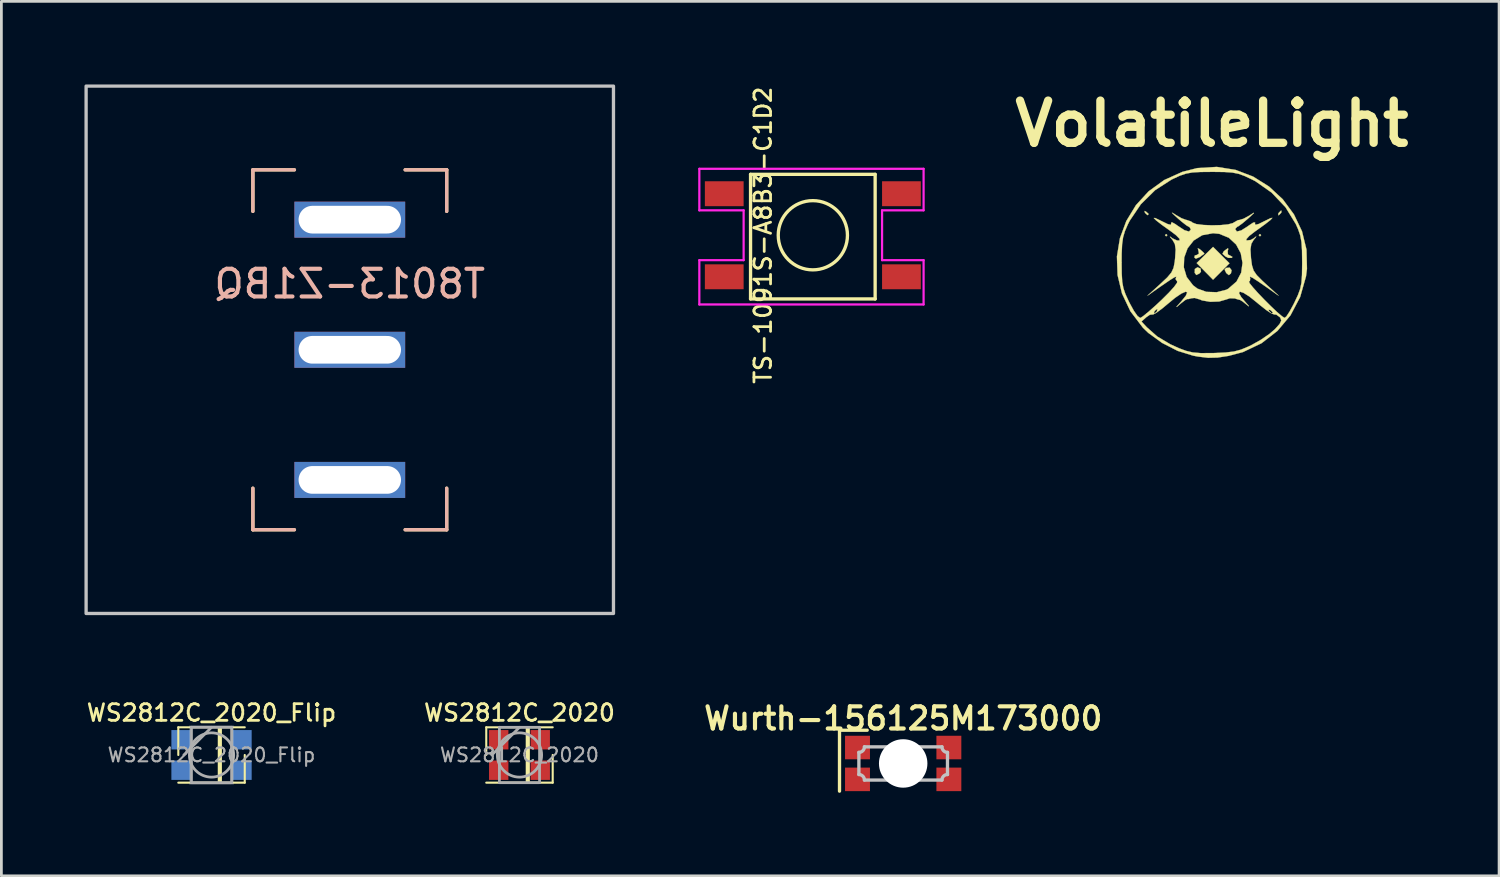
<source format=kicad_pcb>
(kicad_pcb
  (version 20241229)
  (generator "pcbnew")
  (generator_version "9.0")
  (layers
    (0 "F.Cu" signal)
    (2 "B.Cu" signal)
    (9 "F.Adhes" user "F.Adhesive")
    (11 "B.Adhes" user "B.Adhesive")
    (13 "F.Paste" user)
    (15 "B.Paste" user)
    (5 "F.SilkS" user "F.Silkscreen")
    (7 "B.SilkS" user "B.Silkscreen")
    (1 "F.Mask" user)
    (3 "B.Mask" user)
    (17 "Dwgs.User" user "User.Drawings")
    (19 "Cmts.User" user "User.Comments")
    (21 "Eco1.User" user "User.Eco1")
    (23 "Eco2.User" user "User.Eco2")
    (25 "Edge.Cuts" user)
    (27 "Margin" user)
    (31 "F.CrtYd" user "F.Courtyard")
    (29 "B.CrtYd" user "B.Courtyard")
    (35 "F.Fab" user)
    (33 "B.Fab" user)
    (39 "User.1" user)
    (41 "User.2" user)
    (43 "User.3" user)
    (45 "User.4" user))
  (footprint "T8013-Z1BQ"
    (layer "F.Cu")
    (at 9.584 9.584)
    (property "Reference" "T8013-Z1BQ" (at 0 -2.381 0) (unlocked yes) (layer "B.SilkS") (effects (font (size 1 1) (thickness 0.15)) (justify mirror)))
    (attr through_hole)
    (fp_line (start -3.5 -6.5) (end -3.5 -5) (stroke (width 0.12) (type solid)) (layer "F.SilkS"))
    (fp_line (start -3.5 -6.5) (end -2 -6.5) (stroke (width 0.12) (type solid)) (layer "F.SilkS"))
    (fp_line (start -3.5 5) (end -3.5 6.5) (stroke (width 0.12) (type solid)) (layer "F.SilkS"))
    (fp_line (start -3.5 6.5) (end -2 6.5) (stroke (width 0.12) (type solid)) (layer "F.SilkS"))
    (fp_line (start 2 6.5) (end 3.5 6.5) (stroke (width 0.12) (type solid)) (layer "F.SilkS"))
    (fp_line (start 3.5 -6.5) (end 2 -6.5) (stroke (width 0.12) (type solid)) (layer "F.SilkS"))
    (fp_line (start 3.5 -5) (end 3.5 -6.5) (stroke (width 0.12) (type solid)) (layer "F.SilkS"))
    (fp_line (start 3.5 6.5) (end 3.5 5) (stroke (width 0.12) (type solid)) (layer "F.SilkS"))
    (fp_line (start -3.5 -6.5) (end -2 -6.5) (stroke (width 0.12) (type solid)) (layer "B.SilkS"))
    (fp_line (start -3.5 -5) (end -3.5 -6.5) (stroke (width 0.12) (type solid)) (layer "B.SilkS"))
    (fp_line (start -3.5 6.5) (end -3.5 5) (stroke (width 0.12) (type solid)) (layer "B.SilkS"))
    (fp_line (start -2 6.5) (end -3.5 6.5) (stroke (width 0.12) (type solid)) (layer "B.SilkS"))
    (fp_line (start 3.5 -6.5) (end 2 -6.5) (stroke (width 0.12) (type solid)) (layer "B.SilkS"))
    (fp_line (start 3.5 -6.5) (end 3.5 -5) (stroke (width 0.12) (type solid)) (layer "B.SilkS"))
    (fp_line (start 3.5 5) (end 3.5 6.5) (stroke (width 0.12) (type solid)) (layer "B.SilkS"))
    (fp_line (start 3.5 6.5) (end 2 6.5) (stroke (width 0.12) (type solid)) (layer "B.SilkS"))
    (fp_rect (start 9.524 -9.524) (end -9.524 9.524) (stroke (width 0.12) (type solid)) (fill no) (layer "Dwgs.User"))
    (pad "1" thru_hole rect (at 0 -4.7) (size 4 1.3) (drill oval 3.7 1) (layers "*.Cu" "*.Mask"))
    (pad "2" thru_hole rect (at 0 0) (size 4 1.3) (drill oval 3.7 1) (layers "*.Cu" "*.Mask"))
    (pad "3" thru_hole rect (at 0 4.7) (size 4 1.3) (drill oval 3.7 1) (layers "*.Cu" "*.Mask")))
  (footprint "WS2812C_2020_Flip"
    (layer "F.Cu")
    (at 4.59 24.219)
    (property "Reference" "WS2812C_2020_Flip" (at 0 -1.524 0) (layer "F.SilkS") (effects (font (size 0.6 0.6) (thickness 0.1))))
    (attr smd)
    (fp_line (start -1.2 -1) (end 1.2 -1) (stroke (width 0.075) (type solid)) (layer "F.SilkS"))
    (fp_line (start -1.2 0) (end -1.2 -1) (stroke (width 0.075) (type solid)) (layer "F.SilkS"))
    (fp_line (start -1.2 1) (end 1.2 1) (stroke (width 0.075) (type solid)) (layer "F.SilkS"))
    (fp_line (start 0.3 0.95) (end 0.3 -0.95) (stroke (width 0.15) (type solid)) (layer "F.SilkS"))
    (fp_line (start 1.2 0) (end 1.2 1) (stroke (width 0.075) (type solid)) (layer "F.SilkS"))
    (fp_poly (pts (xy 0.8 1.05) (xy -0.8 1.05) (xy -0.8 -1.05) (xy 0.8 -1.05)) (stroke (width 0.01) (type solid)) (fill no) (layer "Edge.Cuts"))
    (fp_line (start -0.725 -1) (end -0.725 1) (stroke (width 0.1) (type solid)) (layer "F.Fab"))
    (fp_line (start -0.725 1) (end 0.725 1) (stroke (width 0.1) (type solid)) (layer "F.Fab"))
    (fp_line (start 0 -1) (end -1 0) (stroke (width 0.1) (type solid)) (layer "F.Fab"))
    (fp_line (start 0.725 -1) (end -0.725 -1) (stroke (width 0.1) (type solid)) (layer "F.Fab"))
    (fp_line (start 0.725 1) (end 0.725 -1) (stroke (width 0.1) (type solid)) (layer "F.Fab"))
    (fp_circle (center 0 0) (end 0.8 0) (stroke (width 0.1) (type solid)) (fill no) (layer "F.Fab"))
    (fp_text user "${REFERENCE}" (at 0 0 0) (layer "F.Fab") (effects (font (size 0.5 0.5) (thickness 0.075))))
    (pad "1" smd rect (at 1.1 -0.55) (size 0.7 0.7) (layers "B.Cu" "B.Mask" "B.Paste"))
    (pad "2" smd rect (at 1.1 0.55) (size 0.7 0.7) (layers "B.Cu" "B.Mask" "B.Paste"))
    (pad "3" smd rect (at -1.1 0.55) (size 0.7 0.7) (layers "B.Cu" "B.Mask" "B.Paste"))
    (pad "4" smd rect (at -1.1 -0.55) (size 0.7 0.7) (layers "B.Cu" "B.Mask" "B.Paste")))
  (footprint "TS-1091S-A8B3-C1D2"
    (layer "F.Cu")
    (at 26.309 5.447)
    (property "Reference" "TS-1091S-A8B3-C1D2" (at -1.8 0 90) (layer "F.SilkS") (effects (font (size 0.6 0.6) (thickness 0.1))))
    (attr through_hole)
    (fp_line (start -2.25 -2.2) (end -2.25 2.3) (stroke (width 0.12) (type solid)) (layer "F.SilkS"))
    (fp_line (start -2.25 2.3) (end 2.25 2.3) (stroke (width 0.12) (type solid)) (layer "F.SilkS"))
    (fp_line (start 2.25 -2.2) (end -2.25 -2.2) (stroke (width 0.12) (type solid)) (layer "F.SilkS"))
    (fp_line (start 2.25 2.3) (end 2.25 -2.2) (stroke (width 0.12) (type solid)) (layer "F.SilkS"))
    (fp_circle (center 0 0) (end 1.25 0) (stroke (width 0.12) (type solid)) (fill no) (layer "F.SilkS"))
    (fp_line (start -4.1 -2.4) (end 4 -2.4) (stroke (width 0.08) (type solid)) (layer "F.CrtYd"))
    (fp_line (start -4.1 -0.9) (end -4.1 -2.4) (stroke (width 0.08) (type solid)) (layer "F.CrtYd"))
    (fp_line (start -4.1 0.9) (end -2.5 0.9) (stroke (width 0.08) (type solid)) (layer "F.CrtYd"))
    (fp_line (start -4.1 2.5) (end -4.1 0.9) (stroke (width 0.08) (type solid)) (layer "F.CrtYd"))
    (fp_line (start -2.5 -0.9) (end -4.1 -0.9) (stroke (width 0.08) (type solid)) (layer "F.CrtYd"))
    (fp_line (start -2.5 0.9) (end -2.5 -0.9) (stroke (width 0.08) (type solid)) (layer "F.CrtYd"))
    (fp_line (start 2.5 -0.9) (end 2.5 0.9) (stroke (width 0.08) (type solid)) (layer "F.CrtYd"))
    (fp_line (start 2.5 0.9) (end 4 0.9) (stroke (width 0.08) (type solid)) (layer "F.CrtYd"))
    (fp_line (start 4 -2.4) (end 4 -0.9) (stroke (width 0.08) (type solid)) (layer "F.CrtYd"))
    (fp_line (start 4 -0.9) (end 2.5 -0.9) (stroke (width 0.08) (type solid)) (layer "F.CrtYd"))
    (fp_line (start 4 0.9) (end 4 2.5) (stroke (width 0.08) (type solid)) (layer "F.CrtYd"))
    (fp_line (start 4 2.5) (end -4.1 2.5) (stroke (width 0.08) (type solid)) (layer "F.CrtYd"))
    (pad "1" smd rect (at -3.2 -1.5) (size 1.4 0.9) (layers "F.Cu" "F.Mask" "F.Paste"))
    (pad "1" smd rect (at 3.2 -1.5) (size 1.4 0.9) (layers "F.Cu" "F.Mask" "F.Paste"))
    (pad "2" smd rect (at -3.2 1.5) (size 1.4 0.9) (layers "F.Cu" "F.Mask" "F.Paste"))
    (pad "2" smd rect (at 3.2 1.5) (size 1.4 0.9) (layers "F.Cu" "F.Mask" "F.Paste")))
  (footprint "WS2812C_2020"
    (layer "F.Cu")
    (at 15.713 24.219)
    (property "Reference" "WS2812C_2020" (at 0 -1.524 0) (layer "F.SilkS") (effects (font (size 0.6 0.6) (thickness 0.1))))
    (attr smd)
    (fp_line (start -1.2 -1) (end 1.2 -1) (stroke (width 0.075) (type solid)) (layer "F.SilkS"))
    (fp_line (start -1.2 0) (end -1.2 -1) (stroke (width 0.075) (type solid)) (layer "F.SilkS"))
    (fp_line (start -1.2 1) (end 1.2 1) (stroke (width 0.075) (type solid)) (layer "F.SilkS"))
    (fp_line (start 0.3 0.95) (end 0.3 -0.95) (stroke (width 0.15) (type solid)) (layer "F.SilkS"))
    (fp_line (start 1.2 0) (end 1.2 1) (stroke (width 0.075) (type solid)) (layer "F.SilkS"))
    (fp_line (start -0.725 -1) (end -0.725 1) (stroke (width 0.1) (type solid)) (layer "F.Fab"))
    (fp_line (start -0.725 1) (end 0.725 1) (stroke (width 0.1) (type solid)) (layer "F.Fab"))
    (fp_line (start 0 -1) (end -1 0) (stroke (width 0.1) (type solid)) (layer "F.Fab"))
    (fp_line (start 0.725 -1) (end -0.725 -1) (stroke (width 0.1) (type solid)) (layer "F.Fab"))
    (fp_line (start 0.725 1) (end 0.725 -1) (stroke (width 0.1) (type solid)) (layer "F.Fab"))
    (fp_circle (center 0 0) (end 0.8 0) (stroke (width 0.1) (type solid)) (fill no) (layer "F.Fab"))
    (fp_text user "${REFERENCE}" (at 0 0 0) (layer "F.Fab") (effects (font (size 0.5 0.5) (thickness 0.075))))
    (pad "1" smd rect (at 0.75 0.55) (size 0.7 0.7) (layers "F.Cu" "F.Mask" "F.Paste"))
    (pad "2" smd rect (at 0.75 -0.55) (size 0.7 0.7) (layers "F.Cu" "F.Mask" "F.Paste"))
    (pad "3" smd rect (at -0.75 -0.55) (size 0.7 0.7) (layers "F.Cu" "F.Mask" "F.Paste"))
    (pad "4" smd rect (at -0.75 0.55) (size 0.7 0.7) (layers "F.Cu" "F.Mask" "F.Paste")))
  (footprint "VolatileLight"
    (layer "F.Cu")
    (at 40.722 6.418)
    (property "Reference" "VolatileLight" (at 0 -5 0) (layer "F.SilkS") (effects (font (size 1.524 1.524) (thickness 0.3))))
    (attr through_hole)
    (fp_poly (pts (xy -1.609 -0.974) (xy -1.651 -0.931) (xy -1.693 -0.974) (xy -1.651 -1.016) (xy -1.609 -0.974)) (stroke (width 0.01) (type solid)) (fill yes) (layer "F.SilkS"))
    (fp_poly (pts (xy 1.778 -0.974) (xy 1.736 -0.931) (xy 1.693 -0.974) (xy 1.736 -1.016) (xy 1.778 -0.974)) (stroke (width 0.01) (type solid)) (fill yes) (layer "F.SilkS"))
    (fp_poly (pts (xy -2.384 -1.828) (xy -2.294 -1.75) (xy -2.286 -1.731) (xy -2.326 -1.696) (xy -2.41 -1.774) (xy -2.421 -1.791) (xy -2.431 -1.849) (xy -2.384 -1.828)) (stroke (width 0.01) (type solid)) (fill yes) (layer "F.SilkS"))
    (fp_poly (pts (xy -0.412 0.231) (xy -0.394 0.345) (xy -0.452 0.412) (xy -0.562 0.465) (xy -0.621 0.386) (xy -0.616 0.248) (xy -0.519 0.186) (xy -0.412 0.231)) (stroke (width 0.01) (type solid)) (fill yes) (layer "F.SilkS"))
    (fp_poly (pts (xy 0.712 0.293) (xy 0.688 0.407) (xy 0.611 0.469) (xy 0.518 0.393) (xy 0.46 0.271) (xy 0.511 0.21) (xy 0.64 0.198) (xy 0.712 0.293)) (stroke (width 0.01) (type solid)) (fill yes) (layer "F.SilkS"))
    (fp_poly (pts (xy 0.339 -0.254) (xy 0.635 0.042) (xy 0.339 0.339) (xy 0.042 0.635) (xy -0.254 0.334) (xy -0.55 0.033) (xy -0.254 -0.258) (xy 0.042 -0.55) (xy 0.339 -0.254)) (stroke (width 0.01) (type solid)) (fill yes) (layer "F.SilkS"))
    (fp_poly (pts (xy 2.513 -1.808) (xy 2.498 -1.778) (xy 2.418 -1.697) (xy 2.403 -1.693) (xy 2.397 -1.748) (xy 2.413 -1.778) (xy 2.493 -1.859) (xy 2.508 -1.863) (xy 2.513 -1.808)) (stroke (width 0.01) (type solid)) (fill yes) (layer "F.SilkS"))
    (fp_poly (pts (xy 0.588 -0.455) (xy 0.571 -0.407) (xy 0.579 -0.276) (xy 0.661 -0.236) (xy 0.742 -0.189) (xy 0.719 -0.154) (xy 0.59 -0.154) (xy 0.485 -0.208) (xy 0.383 -0.302) (xy 0.422 -0.383) (xy 0.481 -0.433) (xy 0.583 -0.505) (xy 0.588 -0.455)) (stroke (width 0.01) (type solid)) (fill yes) (layer "F.SilkS"))
    (fp_poly (pts (xy -0.446 -0.473) (xy -0.395 -0.432) (xy -0.29 -0.336) (xy -0.273 -0.303) (xy -0.351 -0.248) (xy -0.437 -0.184) (xy -0.578 -0.125) (xy -0.632 -0.165) (xy -0.616 -0.242) (xy -0.558 -0.254) (xy -0.469 -0.305) (xy -0.484 -0.402) (xy -0.51 -0.501) (xy -0.446 -0.473)) (stroke (width 0.01) (type solid)) (fill yes) (layer "F.SilkS"))
    (fp_poly (pts (xy 0.854 -3.332) (xy 1.489 -3.09) (xy 2.064 -2.73) (xy 2.561 -2.269) (xy 2.964 -1.724) (xy 3.255 -1.113) (xy 3.417 -0.451) (xy 3.434 0.243) (xy 3.399 0.515) (xy 3.188 1.259) (xy 2.84 1.92) (xy 2.37 2.481) (xy 1.793 2.929) (xy 1.124 3.248) (xy 0.602 3.386) (xy 0.203 3.447) (xy -0.135 3.455) (xy -0.502 3.411) (xy -0.677 3.378) (xy -1.236 3.205) (xy -1.799 2.917) (xy -2.299 2.554) (xy -2.491 2.369) (xy -2.661 2.145) (xy -2.543 2.145) (xy -2.351 2.351) (xy -1.974 2.685) (xy -1.502 2.966) (xy -1.194 3.107) (xy -0.934 3.204) (xy -0.689 3.262) (xy -0.403 3.286) (xy -0.019 3.285) (xy 0.087 3.283) (xy 0.496 3.264) (xy 0.796 3.228) (xy 1.049 3.161) (xy 1.316 3.05) (xy 1.442 2.989) (xy 1.769 2.805) (xy 2.077 2.594) (xy 2.278 2.421) (xy 2.447 2.232) (xy 2.506 2.11) (xy 2.473 2.012) (xy 2.456 1.99) (xy 2.326 1.895) (xy 2.252 1.89) (xy 2.153 1.855) (xy 2.201 1.837) (xy 2.201 1.825) (xy 2.141 1.754) (xy 2.104 1.728) (xy 2.046 1.718) (xy 2.066 1.765) (xy 2.149 1.854) (xy 1.958 1.727) (xy 1.714 1.534) (xy 1.631 1.464) (xy 1.353 1.241) (xy 1.141 1.108) (xy 1.011 1.066) (xy 0.978 1.116) (xy 1.058 1.26) (xy 1.199 1.427) (xy 1.318 1.564) (xy 1.333 1.599) (xy 1.27 1.549) (xy 1.114 1.424) (xy 1.019 1.366) (xy 1.016 1.365) (xy 0.91 1.339) (xy 0.832 1.311) (xy 0.647 1.305) (xy 0.52 1.348) (xy 0.262 1.422) (xy -0.06 1.433) (xy -0.353 1.383) (xy -0.436 1.348) (xy -0.622 1.294) (xy -0.727 1.303) (xy -0.855 1.335) (xy -0.883 1.331) (xy -0.962 1.369) (xy -1.114 1.486) (xy -1.157 1.523) (xy -1.272 1.62) (xy -1.275 1.608) (xy -1.163 1.48) (xy -1.114 1.427) (xy -0.941 1.213) (xy -0.891 1.094) (xy -0.949 1.068) (xy -1.1 1.133) (xy -1.328 1.288) (xy -1.555 1.475) (xy -1.804 1.682) (xy -2.006 1.829) (xy -2.127 1.893) (xy -2.145 1.89) (xy -2.24 1.9) (xy -2.371 1.99) (xy -2.543 2.145) (xy -2.661 2.145) (xy -2.944 1.773) (xy -3.247 1.132) (xy -3.407 0.467) (xy -3.423 0.002) (xy -3.26 0.002) (xy -3.256 0.413) (xy -3.239 0.707) (xy -3.197 0.938) (xy -3.122 1.156) (xy -3.002 1.416) (xy -2.977 1.467) (xy -2.819 1.756) (xy -2.683 1.949) (xy -2.588 2.016) (xy -2.584 2.016) (xy -2.48 1.949) (xy -2.368 1.857) (xy -2.096 1.857) (xy -2.084 1.863) (xy -2.007 1.803) (xy -1.99 1.778) (xy -1.968 1.699) (xy -1.98 1.693) (xy -2.057 1.753) (xy -2.074 1.778) (xy -2.096 1.857) (xy -2.368 1.857) (xy -2.286 1.79) (xy -2.031 1.564) (xy -1.813 1.36) (xy -1.555 1.103) (xy -1.363 0.891) (xy -1.259 0.747) (xy -1.254 0.697) (xy -1.314 0.612) (xy -1.3 0.572) (xy -1.285 0.525) (xy -1.347 0.544) (xy -1.504 0.641) (xy -1.774 0.825) (xy -1.905 0.916) (xy -2.328 1.213) (xy -1.854 0.78) (xy -1.609 0.549) (xy -1.462 0.373) (xy -1.383 0.202) (xy -1.381 0.19) (xy -1.014 0.19) (xy -0.911 0.536) (xy -0.681 0.836) (xy -0.519 0.958) (xy -0.198 1.073) (xy 0.177 1.086) (xy 0.523 0.997) (xy 0.589 0.962) (xy 0.889 0.702) (xy 1.058 0.38) (xy 1.106 0.027) (xy 1.042 -0.323) (xy 0.875 -0.636) (xy 0.613 -0.88) (xy 0.266 -1.022) (xy 0.042 -1.044) (xy -0.348 -0.973) (xy -0.657 -0.781) (xy -0.878 -0.501) (xy -1 -0.166) (xy -1.014 0.19) (xy -1.381 0.19) (xy -1.342 -0.021) (xy -1.329 -0.142) (xy -1.31 -0.452) (xy -1.337 -0.652) (xy -1.418 -0.795) (xy -1.422 -0.801) (xy -1.517 -0.916) (xy -1.501 -0.918) (xy -1.421 -0.858) (xy -1.258 -0.782) (xy -1.167 -0.783) (xy -1.17 -0.845) (xy -1.293 -0.971) (xy -1.473 -1.108) (xy -1.809 -1.348) (xy -2.019 -1.512) (xy -2.1 -1.595) (xy -2.047 -1.593) (xy -1.857 -1.503) (xy -1.833 -1.49) (xy -1.594 -1.374) (xy -1.48 -1.348) (xy -1.472 -1.401) (xy -1.452 -1.445) (xy -1.321 -1.375) (xy -1.239 -1.316) (xy -0.99 -1.153) (xy -0.826 -1.105) (xy -0.762 -1.175) (xy -0.762 -1.185) (xy -0.811 -1.27) (xy -0.826 -1.273) (xy -0.919 -1.327) (xy -1.092 -1.462) (xy -1.228 -1.579) (xy -1.398 -1.735) (xy -1.443 -1.789) (xy -1.366 -1.747) (xy -1.299 -1.703) (xy -1.094 -1.585) (xy -0.933 -1.526) (xy -0.914 -1.524) (xy -0.752 -1.468) (xy -0.699 -1.427) (xy -0.562 -1.375) (xy -0.311 -1.343) (xy 0.001 -1.33) (xy 0.32 -1.338) (xy 0.591 -1.365) (xy 0.762 -1.412) (xy 0.783 -1.427) (xy 0.939 -1.515) (xy 0.999 -1.524) (xy 1.143 -1.568) (xy 1.346 -1.678) (xy 1.384 -1.703) (xy 1.51 -1.783) (xy 1.517 -1.77) (xy 1.399 -1.657) (xy 1.312 -1.579) (xy 1.112 -1.409) (xy 0.961 -1.298) (xy 0.91 -1.273) (xy 0.848 -1.205) (xy 0.847 -1.185) (xy 0.902 -1.106) (xy 1.059 -1.145) (xy 1.303 -1.299) (xy 1.324 -1.316) (xy 1.497 -1.431) (xy 1.562 -1.433) (xy 1.556 -1.401) (xy 1.568 -1.347) (xy 1.689 -1.378) (xy 1.918 -1.49) (xy 2.12 -1.589) (xy 2.185 -1.599) (xy 2.117 -1.523) (xy 1.918 -1.367) (xy 1.593 -1.133) (xy 1.557 -1.108) (xy 1.351 -0.948) (xy 1.245 -0.83) (xy 1.252 -0.783) (xy 1.401 -0.8) (xy 1.506 -0.858) (xy 1.601 -0.929) (xy 1.586 -0.895) (xy 1.507 -0.801) (xy 1.424 -0.659) (xy 1.394 -0.462) (xy 1.412 -0.158) (xy 1.413 -0.142) (xy 1.448 0.117) (xy 1.507 0.304) (xy 1.622 0.471) (xy 1.822 0.673) (xy 1.938 0.78) (xy 2.413 1.213) (xy 1.99 0.916) (xy 1.674 0.698) (xy 1.478 0.571) (xy 1.382 0.524) (xy 1.371 0.548) (xy 1.384 0.572) (xy 1.375 0.675) (xy 1.339 0.697) (xy 1.362 0.761) (xy 1.482 0.911) (xy 1.669 1.12) (xy 1.896 1.357) (xy 2.134 1.594) (xy 2.355 1.803) (xy 2.531 1.953) (xy 2.626 2.015) (xy 2.693 1.958) (xy 2.808 1.782) (xy 2.949 1.523) (xy 2.977 1.467) (xy 3.105 1.195) (xy 3.187 0.973) (xy 3.234 0.749) (xy 3.254 0.469) (xy 3.26 0.081) (xy 3.26 0.002) (xy 3.255 -0.422) (xy 3.235 -0.728) (xy 3.191 -0.967) (xy 3.114 -1.189) (xy 3.033 -1.373) (xy 2.659 -1.983) (xy 2.157 -2.512) (xy 1.567 -2.925) (xy 1.45 -2.985) (xy 1.185 -3.11) (xy 0.966 -3.19) (xy 0.74 -3.235) (xy 0.457 -3.255) (xy 0.062 -3.26) (xy 0 -3.26) (xy -0.412 -3.256) (xy -0.707 -3.239) (xy -0.937 -3.197) (xy -1.155 -3.123) (xy -1.412 -3.004) (xy -1.457 -2.982) (xy -2.049 -2.601) (xy -2.565 -2.093) (xy -2.97 -1.493) (xy -3.04 -1.355) (xy -3.142 -1.118) (xy -3.207 -0.897) (xy -3.243 -0.643) (xy -3.258 -0.305) (xy -3.26 0.002) (xy -3.423 0.002) (xy -3.43 -0.205) (xy -3.322 -0.862) (xy -3.091 -1.486) (xy -2.743 -2.058) (xy -2.284 -2.558) (xy -1.722 -2.965) (xy -1.063 -3.262) (xy -0.529 -3.397) (xy 0.176 -3.44) (xy 0.854 -3.332)) (stroke (width 0.01) (type solid)) (fill yes) (layer "F.SilkS")))
  (footprint "Wurth-156125M173000"
    (layer "F.Cu")
    (at 29.572 24.525)
    (property "Reference" "Wurth-156125M173000" (at 0 -1.625 0) (layer "F.SilkS") (effects (font (size 0.8 0.8) (thickness 0.15))))
    (attr through_hole)
    (fp_line (start -2.3 -1.2) (end -2.3 1) (stroke (width 0.12) (type solid)) (layer "F.SilkS"))
    (fp_line (start -1.3 -1.2) (end -2.3 -1.2) (stroke (width 0.12) (type solid)) (layer "F.SilkS"))
    (fp_line (start -1.6 0.4) (end -1.6 -0.4) (stroke (width 0.12) (type solid)) (layer "Dwgs.User"))
    (fp_line (start -1.4 -0.6) (end 1.4 -0.6) (stroke (width 0.12) (type solid)) (layer "Dwgs.User"))
    (fp_line (start 1.4 0.6) (end -1.4 0.6) (stroke (width 0.12) (type solid)) (layer "Dwgs.User"))
    (fp_line (start 1.6 -0.4) (end 1.6 0.4) (stroke (width 0.12) (type solid)) (layer "Dwgs.User"))
    (fp_arc (start -1.6 0.4) (mid -1.458579 0.458579) (end -1.4 0.6) (stroke (width 0.12) (type solid)) (layer "Dwgs.User"))
    (fp_arc (start -1.4 -0.6) (mid -1.458579 -0.458579) (end -1.6 -0.4) (stroke (width 0.12) (type solid)) (layer "Dwgs.User"))
    (fp_arc (start 1.4 0.6) (mid 1.458579 0.458579) (end 1.6 0.4) (stroke (width 0.12) (type solid)) (layer "Dwgs.User"))
    (fp_arc (start 1.6 -0.4) (mid 1.458579 -0.458579) (end 1.4 -0.6) (stroke (width 0.12) (type solid)) (layer "Dwgs.User"))
    (fp_line (start 0 -1) (end 0 1) (stroke (width 0.12) (type solid)) (layer "Eco1.User"))
    (fp_line (start 1 0) (end -1 0) (stroke (width 0.12) (type solid)) (layer "Eco1.User"))
    (pad "" np_thru_hole circle (at 0 0) (size 1.75 1.75) (drill 1.75) (layers "*.Cu" "*.Mask"))
    (pad "1" smd rect (at -1.65 -0.575) (size 0.9 0.85) (layers "F.Cu" "F.Mask" "F.Paste"))
    (pad "2" smd rect (at -1.65 0.575) (size 0.9 0.85) (layers "F.Cu" "F.Mask" "F.Paste"))
    (pad "3" smd rect (at 1.65 0.575) (size 0.9 0.85) (layers "F.Cu" "F.Mask" "F.Paste"))
    (pad "4" smd rect (at 1.65 -0.575) (size 0.9 0.85) (layers "F.Cu" "F.Mask" "F.Paste")))
  (gr_rect
    (start -3 -3)
    (end 51.095 28.585)
    (stroke (width 0.1) (type default))
    (fill no)
    (layer "Edge.Cuts")))
</source>
